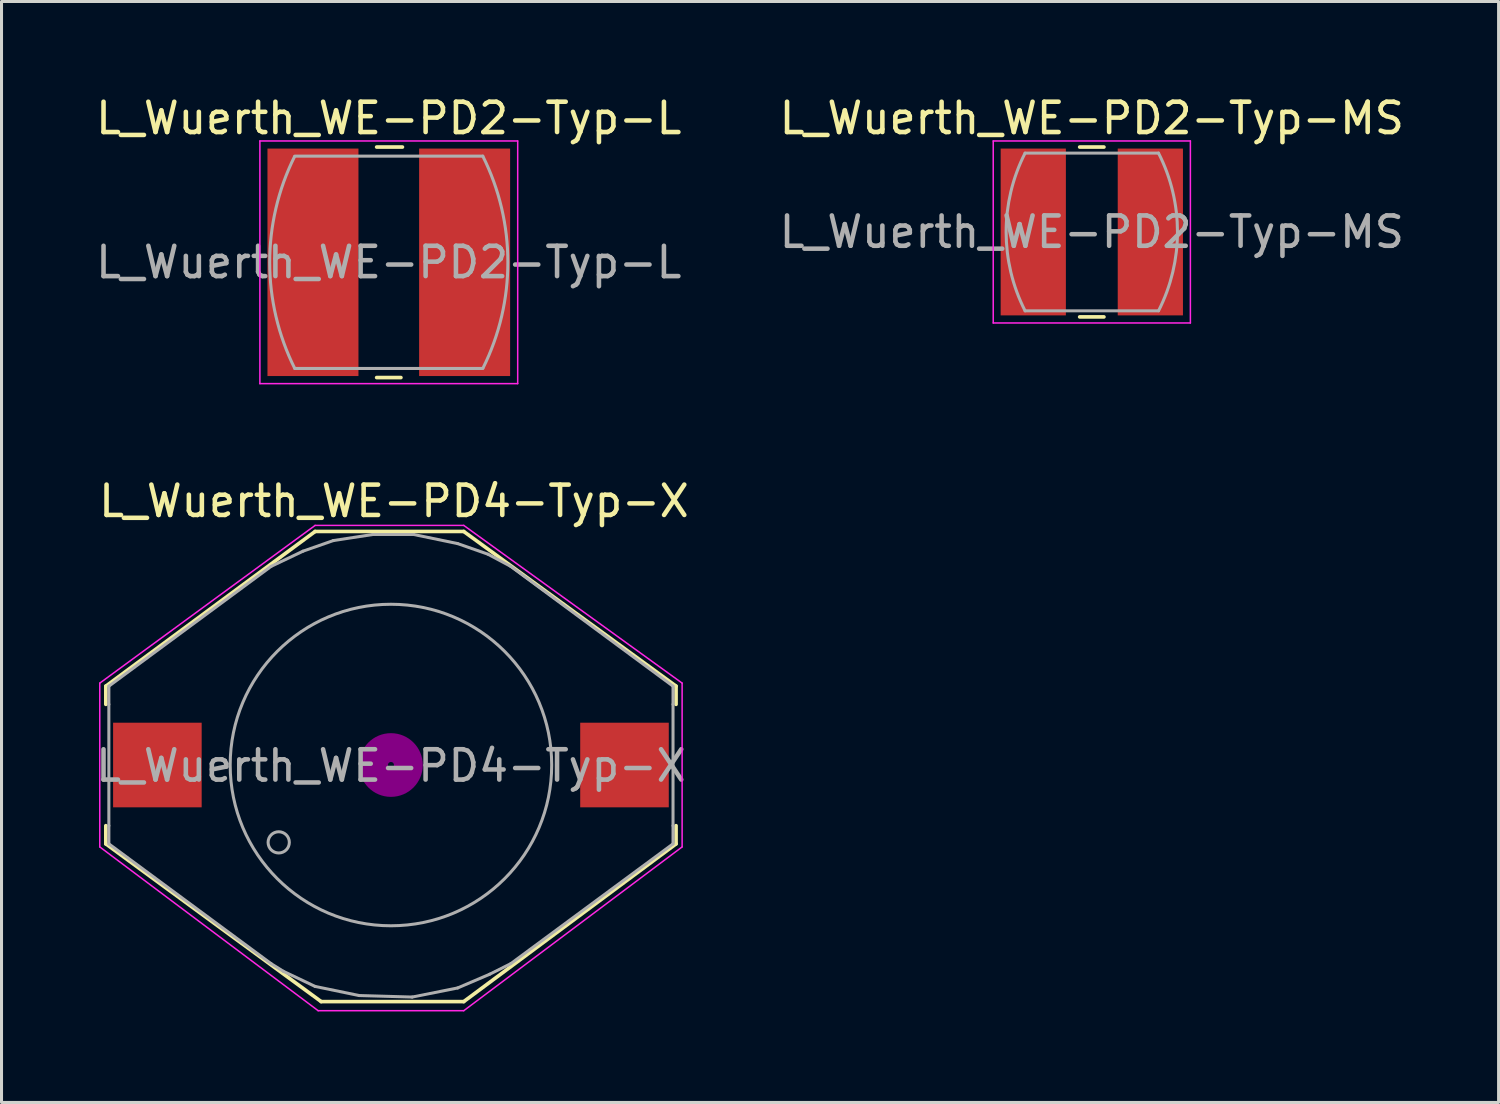
<source format=kicad_pcb>
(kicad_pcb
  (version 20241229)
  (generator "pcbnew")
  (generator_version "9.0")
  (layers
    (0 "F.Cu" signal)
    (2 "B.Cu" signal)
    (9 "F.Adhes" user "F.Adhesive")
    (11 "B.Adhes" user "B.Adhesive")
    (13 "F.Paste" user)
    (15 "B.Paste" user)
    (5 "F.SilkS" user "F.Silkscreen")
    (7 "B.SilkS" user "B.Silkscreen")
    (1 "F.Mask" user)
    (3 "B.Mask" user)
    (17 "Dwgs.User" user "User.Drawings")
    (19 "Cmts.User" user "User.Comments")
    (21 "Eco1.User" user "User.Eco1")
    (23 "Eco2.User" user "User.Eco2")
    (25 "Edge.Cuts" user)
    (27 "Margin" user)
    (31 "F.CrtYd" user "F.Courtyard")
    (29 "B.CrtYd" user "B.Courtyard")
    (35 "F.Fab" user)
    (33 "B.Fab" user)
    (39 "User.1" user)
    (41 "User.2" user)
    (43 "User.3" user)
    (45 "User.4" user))
  (footprint "L_Wuerth_WE-PD2-Typ-L"
    (layer "F.Cu")
    (at 9.768 5.598)
    (property "Reference" "L_Wuerth_WE-PD2-Typ-L" (at 0 -4.75 0) (layer "F.SilkS") (effects (font (size 1 1) (thickness 0.15))))
    (attr smd)
    (fp_line (start -0.4 -3.8) (end 0.45 -3.8) (stroke (width 0.12) (type solid)) (layer "F.SilkS"))
    (fp_line (start -0.4 3.8) (end 0.4 3.8) (stroke (width 0.12) (type solid)) (layer "F.SilkS"))
    (fp_line (start -4.25 -4) (end 4.25 -4) (stroke (width 0.05) (type solid)) (layer "F.CrtYd"))
    (fp_line (start -4.25 4) (end -4.25 -4) (stroke (width 0.05) (type solid)) (layer "F.CrtYd"))
    (fp_line (start 4.25 -4) (end 4.25 4) (stroke (width 0.05) (type solid)) (layer "F.CrtYd"))
    (fp_line (start 4.25 4) (end -4.25 4) (stroke (width 0.05) (type solid)) (layer "F.CrtYd"))
    (fp_line (start -3.1 3.5) (end 3.1 3.5) (stroke (width 0.1) (type solid)) (layer "F.Fab"))
    (fp_line (start 3.1 -3.5) (end -3.1 -3.5) (stroke (width 0.1) (type solid)) (layer "F.Fab"))
    (fp_arc (start -3.1 3.5) (mid -3.926233 0.008885) (end -3.107929 -3.484096) (stroke (width 0.1) (type solid)) (layer "F.Fab"))
    (fp_arc (start 3.1 -3.5) (mid 3.926233 -0.008885) (end 3.107929 3.484096) (stroke (width 0.1) (type solid)) (layer "F.Fab"))
    (fp_text user "${REFERENCE}" (at 0 0 0) (layer "F.Fab") (effects (font (size 1 1) (thickness 0.15))))
    (pad "1" smd rect (at -2.5 0) (size 3 7.5) (layers "F.Cu" "F.Mask" "F.Paste"))
    (pad "2" smd rect (at 2.5 0) (size 3 7.5) (layers "F.Cu" "F.Mask" "F.Paste")))
  (footprint "L_Wuerth_WE-PD4-Typ-X"
    (layer "F.Cu")
    (at 9.839 22.172)
    (property "Reference" "L_Wuerth_WE-PD4-Typ-X" (at 0.1 -8.7 0) (layer "F.SilkS") (effects (font (size 1 1) (thickness 0.15))))
    (attr smd)
    (fp_line (start -9.4 -2.6) (end -2.5 -7.7) (stroke (width 0.12) (type solid)) (layer "F.SilkS"))
    (fp_line (start -9.4 -2) (end -9.4 -2.6) (stroke (width 0.12) (type solid)) (layer "F.SilkS"))
    (fp_line (start -9.4 2.6) (end -9.4 2) (stroke (width 0.12) (type solid)) (layer "F.SilkS"))
    (fp_line (start -9.4 2.6) (end -2.3 7.8) (stroke (width 0.12) (type solid)) (layer "F.SilkS"))
    (fp_line (start -2.5 -7.7) (end 2.4 -7.7) (stroke (width 0.12) (type solid)) (layer "F.SilkS"))
    (fp_line (start -2.3 7.8) (end 2.4 7.8) (stroke (width 0.12) (type solid)) (layer "F.SilkS"))
    (fp_line (start 2.4 -7.7) (end 9.4 -2.6) (stroke (width 0.12) (type solid)) (layer "F.SilkS"))
    (fp_line (start 2.4 7.8) (end 9.4 2.6) (stroke (width 0.12) (type solid)) (layer "F.SilkS"))
    (fp_line (start 9.4 -2) (end 9.4 -2.6) (stroke (width 0.12) (type solid)) (layer "F.SilkS"))
    (fp_line (start 9.4 2.6) (end 9.4 2) (stroke (width 0.12) (type solid)) (layer "F.SilkS"))
    (fp_circle (center 0 0) (end 0.1 0) (stroke (width 0.3) (type solid)) (fill no) (layer "F.Adhes"))
    (fp_circle (center 0 0) (end 0.3 0) (stroke (width 0.3) (type solid)) (fill no) (layer "F.Adhes"))
    (fp_circle (center 0 0) (end 0.5 0) (stroke (width 0.3) (type solid)) (fill no) (layer "F.Adhes"))
    (fp_circle (center 0 0) (end 0.7 0) (stroke (width 0.3) (type solid)) (fill no) (layer "F.Adhes"))
    (fp_circle (center 0 0) (end 0.9 0) (stroke (width 0.3) (type solid)) (fill no) (layer "F.Adhes"))
    (fp_line (start -9.6 -2.7) (end -2.5 -7.9) (stroke (width 0.05) (type solid)) (layer "F.CrtYd"))
    (fp_line (start -9.6 2.7) (end -9.6 -2.7) (stroke (width 0.05) (type solid)) (layer "F.CrtYd"))
    (fp_line (start -2.5 -7.9) (end 2.4 -7.9) (stroke (width 0.05) (type solid)) (layer "F.CrtYd"))
    (fp_line (start -2.4 8.1) (end -9.6 2.7) (stroke (width 0.05) (type solid)) (layer "F.CrtYd"))
    (fp_line (start 2.4 -7.9) (end 9.6 -2.7) (stroke (width 0.05) (type solid)) (layer "F.CrtYd"))
    (fp_line (start 2.4 8.1) (end -2.4 8.1) (stroke (width 0.05) (type solid)) (layer "F.CrtYd"))
    (fp_line (start 9.6 -2.7) (end 9.6 2.7) (stroke (width 0.05) (type solid)) (layer "F.CrtYd"))
    (fp_line (start 9.6 2.7) (end 2.4 8.1) (stroke (width 0.05) (type solid)) (layer "F.CrtYd"))
    (fp_line (start -9.3 -2.6) (end -9.3 -2) (stroke (width 0.1) (type solid)) (layer "F.Fab"))
    (fp_line (start -9.3 -2.6) (end -3.95 -6.55) (stroke (width 0.1) (type solid)) (layer "F.Fab"))
    (fp_line (start -9.3 2) (end -9.3 -2) (stroke (width 0.1) (type solid)) (layer "F.Fab"))
    (fp_line (start -9.3 2) (end -9.3 2.6) (stroke (width 0.1) (type solid)) (layer "F.Fab"))
    (fp_line (start -9.3 2.6) (end -3.95 6.55) (stroke (width 0.1) (type solid)) (layer "F.Fab"))
    (fp_line (start -3.95 -6.55) (end -2.9 -7.05) (stroke (width 0.1) (type solid)) (layer "F.Fab"))
    (fp_line (start -3.55 6.8) (end -3.95 6.55) (stroke (width 0.1) (type solid)) (layer "F.Fab"))
    (fp_line (start -2.9 -7.05) (end -1.9 -7.4) (stroke (width 0.1) (type solid)) (layer "F.Fab"))
    (fp_line (start -2.5 7.3) (end -3.55 6.8) (stroke (width 0.1) (type solid)) (layer "F.Fab"))
    (fp_line (start -1.9 -7.4) (end -0.6 -7.6) (stroke (width 0.1) (type solid)) (layer "F.Fab"))
    (fp_line (start -1.05 7.6) (end -2.5 7.3) (stroke (width 0.1) (type solid)) (layer "F.Fab"))
    (fp_line (start -0.6 -7.6) (end 0.75 -7.6) (stroke (width 0.1) (type solid)) (layer "F.Fab"))
    (fp_line (start 0.7 7.65) (end -1.05 7.6) (stroke (width 0.1) (type solid)) (layer "F.Fab"))
    (fp_line (start 0.75 -7.6) (end 2.2 -7.3) (stroke (width 0.1) (type solid)) (layer "F.Fab"))
    (fp_line (start 2.2 -7.3) (end 3.2 -6.95) (stroke (width 0.1) (type solid)) (layer "F.Fab"))
    (fp_line (start 2.2 7.35) (end 0.7 7.65) (stroke (width 0.1) (type solid)) (layer "F.Fab"))
    (fp_line (start 3.2 -6.95) (end 3.95 -6.55) (stroke (width 0.1) (type solid)) (layer "F.Fab"))
    (fp_line (start 3.25 6.9) (end 2.2 7.35) (stroke (width 0.1) (type solid)) (layer "F.Fab"))
    (fp_line (start 3.95 -6.55) (end 9.3 -2.6) (stroke (width 0.1) (type solid)) (layer "F.Fab"))
    (fp_line (start 3.95 6.55) (end 3.25 6.9) (stroke (width 0.1) (type solid)) (layer "F.Fab"))
    (fp_line (start 9.3 -2) (end 9.3 -2.6) (stroke (width 0.1) (type solid)) (layer "F.Fab"))
    (fp_line (start 9.3 -2) (end 9.3 2) (stroke (width 0.1) (type solid)) (layer "F.Fab"))
    (fp_line (start 9.3 2) (end 9.3 2.6) (stroke (width 0.1) (type solid)) (layer "F.Fab"))
    (fp_line (start 9.3 2.6) (end 3.95 6.55) (stroke (width 0.1) (type solid)) (layer "F.Fab"))
    (fp_circle (center -3.7 2.55) (end -3.7 2.2) (stroke (width 0.1) (type solid)) (fill no) (layer "F.Fab"))
    (fp_circle (center 0 0) (end 0 -5.3) (stroke (width 0.1) (type solid)) (fill no) (layer "F.Fab"))
    (fp_text user "${REFERENCE}" (at 0 0.025 0) (layer "F.Fab") (effects (font (size 1 1) (thickness 0.15))))
    (pad "1" smd rect (at -7.7 0 90) (size 2.79 2.92) (layers "F.Cu" "F.Mask" "F.Paste"))
    (pad "2" smd rect (at 7.7 0 90) (size 2.79 2.92) (layers "F.Cu" "F.Mask" "F.Paste")))
  (footprint "L_Wuerth_WE-PD2-Typ-MS"
    (layer "F.Cu")
    (at 32.946 4.598)
    (property "Reference" "L_Wuerth_WE-PD2-Typ-MS" (at 0 -3.75 0) (layer "F.SilkS") (effects (font (size 1 1) (thickness 0.15))))
    (attr smd)
    (fp_line (start -0.4 -2.8) (end 0.4 -2.8) (stroke (width 0.12) (type solid)) (layer "F.SilkS"))
    (fp_line (start -0.4 2.8) (end 0.4 2.8) (stroke (width 0.12) (type solid)) (layer "F.SilkS"))
    (fp_line (start -3.25 -3) (end 3.25 -3) (stroke (width 0.05) (type solid)) (layer "F.CrtYd"))
    (fp_line (start -3.25 3) (end -3.25 -3) (stroke (width 0.05) (type solid)) (layer "F.CrtYd"))
    (fp_line (start 3.25 -3) (end 3.25 3) (stroke (width 0.05) (type solid)) (layer "F.CrtYd"))
    (fp_line (start 3.25 3) (end -3.25 3) (stroke (width 0.05) (type solid)) (layer "F.CrtYd"))
    (fp_line (start -2.2 -2.6) (end 2.2 -2.6) (stroke (width 0.1) (type solid)) (layer "F.Fab"))
    (fp_line (start 2.2 2.6) (end -2.2 2.6) (stroke (width 0.1) (type solid)) (layer "F.Fab"))
    (fp_arc (start -2.2 2.6) (mid -2.824509 0.001265) (end -2.201149 -2.597745) (stroke (width 0.1) (type solid)) (layer "F.Fab"))
    (fp_arc (start 2.2 -2.6) (mid 2.824509 -0.001265) (end 2.201149 2.597745) (stroke (width 0.1) (type solid)) (layer "F.Fab"))
    (fp_text user "${REFERENCE}" (at 0 0 0) (layer "F.Fab") (effects (font (size 1 1) (thickness 0.15))))
    (pad "1" smd rect (at -1.93 0) (size 2.15 5.5) (layers "F.Cu" "F.Mask" "F.Paste"))
    (pad "2" smd rect (at 1.93 0) (size 2.15 5.5) (layers "F.Cu" "F.Mask" "F.Paste")))
  (gr_rect
    (start -3 -3)
    (end 46.357 33.297)
    (stroke (width 0.1) (type default))
    (fill no)
    (layer "Edge.Cuts")))
</source>
